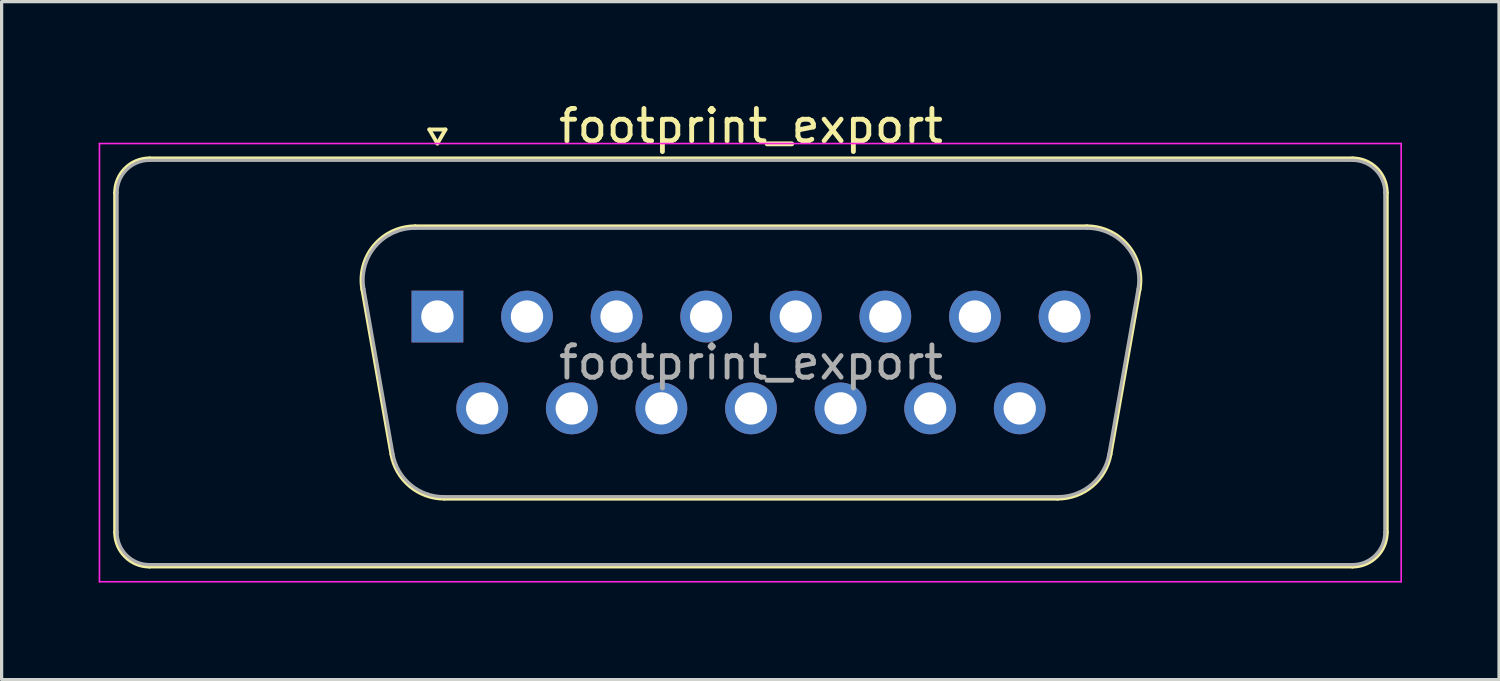
<source format=kicad_pcb>
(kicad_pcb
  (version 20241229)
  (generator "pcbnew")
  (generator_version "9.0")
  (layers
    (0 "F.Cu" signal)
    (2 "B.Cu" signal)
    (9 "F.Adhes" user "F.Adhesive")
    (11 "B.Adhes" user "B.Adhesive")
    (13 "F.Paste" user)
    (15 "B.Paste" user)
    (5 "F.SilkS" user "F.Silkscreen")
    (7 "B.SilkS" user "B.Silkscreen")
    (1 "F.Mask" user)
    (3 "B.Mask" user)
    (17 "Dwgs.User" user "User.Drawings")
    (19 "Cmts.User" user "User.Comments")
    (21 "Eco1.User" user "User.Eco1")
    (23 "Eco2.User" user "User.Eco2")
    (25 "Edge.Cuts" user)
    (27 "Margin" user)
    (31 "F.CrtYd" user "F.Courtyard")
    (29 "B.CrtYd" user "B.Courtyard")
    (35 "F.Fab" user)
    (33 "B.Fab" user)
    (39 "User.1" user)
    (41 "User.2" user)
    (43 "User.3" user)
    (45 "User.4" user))
  (footprint "footprint_export"
    (layer "F.Cu")
    (at 10.475 6.738)
    (property "Reference" "footprint_export" (at 9.695 -5.89 0) (layer "F.SilkS") (effects (font (size 1 1) (thickness 0.15))))
    (attr through_hole)
    (fp_line (start -9.965 6.67) (end -9.965 -3.83) (stroke (width 0.12) (type solid)) (layer "F.SilkS"))
    (fp_line (start -8.905 -4.89) (end 28.295 -4.89) (stroke (width 0.12) (type solid)) (layer "F.SilkS"))
    (fp_line (start -2.321 -0.842) (end -1.422 4.258) (stroke (width 0.12) (type solid)) (layer "F.SilkS"))
    (fp_line (start -0.687 -2.79) (end 20.077 -2.79) (stroke (width 0.12) (type solid)) (layer "F.SilkS"))
    (fp_line (start -0.25 -5.784) (end 0.25 -5.784) (stroke (width 0.12) (type solid)) (layer "F.SilkS"))
    (fp_line (start 0 -5.351) (end -0.25 -5.784) (stroke (width 0.12) (type solid)) (layer "F.SilkS"))
    (fp_line (start 0.213 5.63) (end 19.177 5.63) (stroke (width 0.12) (type solid)) (layer "F.SilkS"))
    (fp_line (start 0.25 -5.784) (end 0 -5.351) (stroke (width 0.12) (type solid)) (layer "F.SilkS"))
    (fp_line (start 21.711 -0.842) (end 20.812 4.258) (stroke (width 0.12) (type solid)) (layer "F.SilkS"))
    (fp_line (start 28.295 7.73) (end -8.905 7.73) (stroke (width 0.12) (type solid)) (layer "F.SilkS"))
    (fp_line (start 29.355 -3.83) (end 29.355 6.67) (stroke (width 0.12) (type solid)) (layer "F.SilkS"))
    (fp_arc (start -9.965 -3.83) (mid -9.654533 -4.579533) (end -8.905 -4.89) (stroke (width 0.12) (type solid)) (layer "F.SilkS"))
    (fp_arc (start -8.905 7.73) (mid -9.654533 7.419533) (end -9.965 6.67) (stroke (width 0.12) (type solid)) (layer "F.SilkS"))
    (fp_arc (start -2.32147 -0.841744) (mid -1.958323 -2.197028) (end -0.686689 -2.79) (stroke (width 0.12) (type solid)) (layer "F.SilkS"))
    (fp_arc (start 0.212579 5.63) (mid -0.854448 5.241634) (end -1.422202 4.258256) (stroke (width 0.12) (type solid)) (layer "F.SilkS"))
    (fp_arc (start 20.076689 -2.79) (mid 21.348323 -2.197027) (end 21.71147 -0.841744) (stroke (width 0.12) (type solid)) (layer "F.SilkS"))
    (fp_arc (start 20.812202 4.258256) (mid 20.244449 5.241634) (end 19.177421 5.63) (stroke (width 0.12) (type solid)) (layer "F.SilkS"))
    (fp_arc (start 28.295 -4.89) (mid 29.044533 -4.579533) (end 29.355 -3.83) (stroke (width 0.12) (type solid)) (layer "F.SilkS"))
    (fp_arc (start 29.355 6.67) (mid 29.044533 7.419533) (end 28.295 7.73) (stroke (width 0.12) (type solid)) (layer "F.SilkS"))
    (fp_line (start -10.45 -5.35) (end -10.45 8.2) (stroke (width 0.05) (type solid)) (layer "F.CrtYd"))
    (fp_line (start -10.45 8.2) (end 29.8 8.2) (stroke (width 0.05) (type solid)) (layer "F.CrtYd"))
    (fp_line (start 29.8 -5.35) (end -10.45 -5.35) (stroke (width 0.05) (type solid)) (layer "F.CrtYd"))
    (fp_line (start 29.8 8.2) (end 29.8 -5.35) (stroke (width 0.05) (type solid)) (layer "F.CrtYd"))
    (fp_line (start -9.905 6.67) (end -9.905 -3.83) (stroke (width 0.1) (type solid)) (layer "F.Fab"))
    (fp_line (start -8.905 -4.83) (end 28.295 -4.83) (stroke (width 0.1) (type solid)) (layer "F.Fab"))
    (fp_line (start -2.274 -0.852) (end -1.375 4.248) (stroke (width 0.1) (type solid)) (layer "F.Fab"))
    (fp_line (start -0.698 -2.73) (end 20.088 -2.73) (stroke (width 0.1) (type solid)) (layer "F.Fab"))
    (fp_line (start 0.201 5.57) (end 19.189 5.57) (stroke (width 0.1) (type solid)) (layer "F.Fab"))
    (fp_line (start 21.664 -0.852) (end 20.765 4.248) (stroke (width 0.1) (type solid)) (layer "F.Fab"))
    (fp_line (start 28.295 7.67) (end -8.905 7.67) (stroke (width 0.1) (type solid)) (layer "F.Fab"))
    (fp_line (start 29.295 -3.83) (end 29.295 6.67) (stroke (width 0.1) (type solid)) (layer "F.Fab"))
    (fp_arc (start -9.905 -3.83) (mid -9.612107 -4.537107) (end -8.905 -4.83) (stroke (width 0.1) (type solid)) (layer "F.Fab"))
    (fp_arc (start -8.905 7.67) (mid -9.612107 7.377107) (end -9.905 6.67) (stroke (width 0.1) (type solid)) (layer "F.Fab"))
    (fp_arc (start -2.273886 -0.852163) (mid -1.923865 -2.15846) (end -0.698194 -2.73) (stroke (width 0.1) (type solid)) (layer "F.Fab"))
    (fp_arc (start 0.201073 5.57) (mid -0.827387 5.195671) (end -1.374619 4.247837) (stroke (width 0.1) (type solid)) (layer "F.Fab"))
    (fp_arc (start 20.088194 -2.73) (mid 21.313865 -2.15846) (end 21.663886 -0.852163) (stroke (width 0.1) (type solid)) (layer "F.Fab"))
    (fp_arc (start 20.764619 4.247837) (mid 20.217387 5.195671) (end 19.188927 5.57) (stroke (width 0.1) (type solid)) (layer "F.Fab"))
    (fp_arc (start 28.295 -4.83) (mid 29.002107 -4.537107) (end 29.295 -3.83) (stroke (width 0.1) (type solid)) (layer "F.Fab"))
    (fp_arc (start 29.295 6.67) (mid 29.002107 7.377107) (end 28.295 7.67) (stroke (width 0.1) (type solid)) (layer "F.Fab"))
    (fp_text user "${REFERENCE}" (at 9.695 1.42 0) (layer "F.Fab") (effects (font (size 1 1) (thickness 0.15))))
    (pad "1" thru_hole rect (at 0 0) (size 1.6 1.6) (drill 1) (layers "*.Cu" "*.Mask"))
    (pad "2" thru_hole circle (at 2.77 0) (size 1.6 1.6) (drill 1) (layers "*.Cu" "*.Mask"))
    (pad "3" thru_hole circle (at 5.54 0) (size 1.6 1.6) (drill 1) (layers "*.Cu" "*.Mask"))
    (pad "4" thru_hole circle (at 8.31 0) (size 1.6 1.6) (drill 1) (layers "*.Cu" "*.Mask"))
    (pad "5" thru_hole circle (at 11.08 0) (size 1.6 1.6) (drill 1) (layers "*.Cu" "*.Mask"))
    (pad "6" thru_hole circle (at 13.85 0) (size 1.6 1.6) (drill 1) (layers "*.Cu" "*.Mask"))
    (pad "7" thru_hole circle (at 16.62 0) (size 1.6 1.6) (drill 1) (layers "*.Cu" "*.Mask"))
    (pad "8" thru_hole circle (at 19.39 0) (size 1.6 1.6) (drill 1) (layers "*.Cu" "*.Mask"))
    (pad "9" thru_hole circle (at 1.385 2.84) (size 1.6 1.6) (drill 1) (layers "*.Cu" "*.Mask"))
    (pad "10" thru_hole circle (at 4.155 2.84) (size 1.6 1.6) (drill 1) (layers "*.Cu" "*.Mask"))
    (pad "11" thru_hole circle (at 6.925 2.84) (size 1.6 1.6) (drill 1) (layers "*.Cu" "*.Mask"))
    (pad "12" thru_hole circle (at 9.695 2.84) (size 1.6 1.6) (drill 1) (layers "*.Cu" "*.Mask"))
    (pad "13" thru_hole circle (at 12.465 2.84) (size 1.6 1.6) (drill 1) (layers "*.Cu" "*.Mask"))
    (pad "14" thru_hole circle (at 15.235 2.84) (size 1.6 1.6) (drill 1) (layers "*.Cu" "*.Mask"))
    (pad "15" thru_hole circle (at 18.005 2.84) (size 1.6 1.6) (drill 1) (layers "*.Cu" "*.Mask")))
  (gr_rect
    (start -3 -3)
    (end 43.3 17.963)
    (stroke (width 0.1) (type default))
    (fill no)
    (layer "Edge.Cuts")))
</source>
